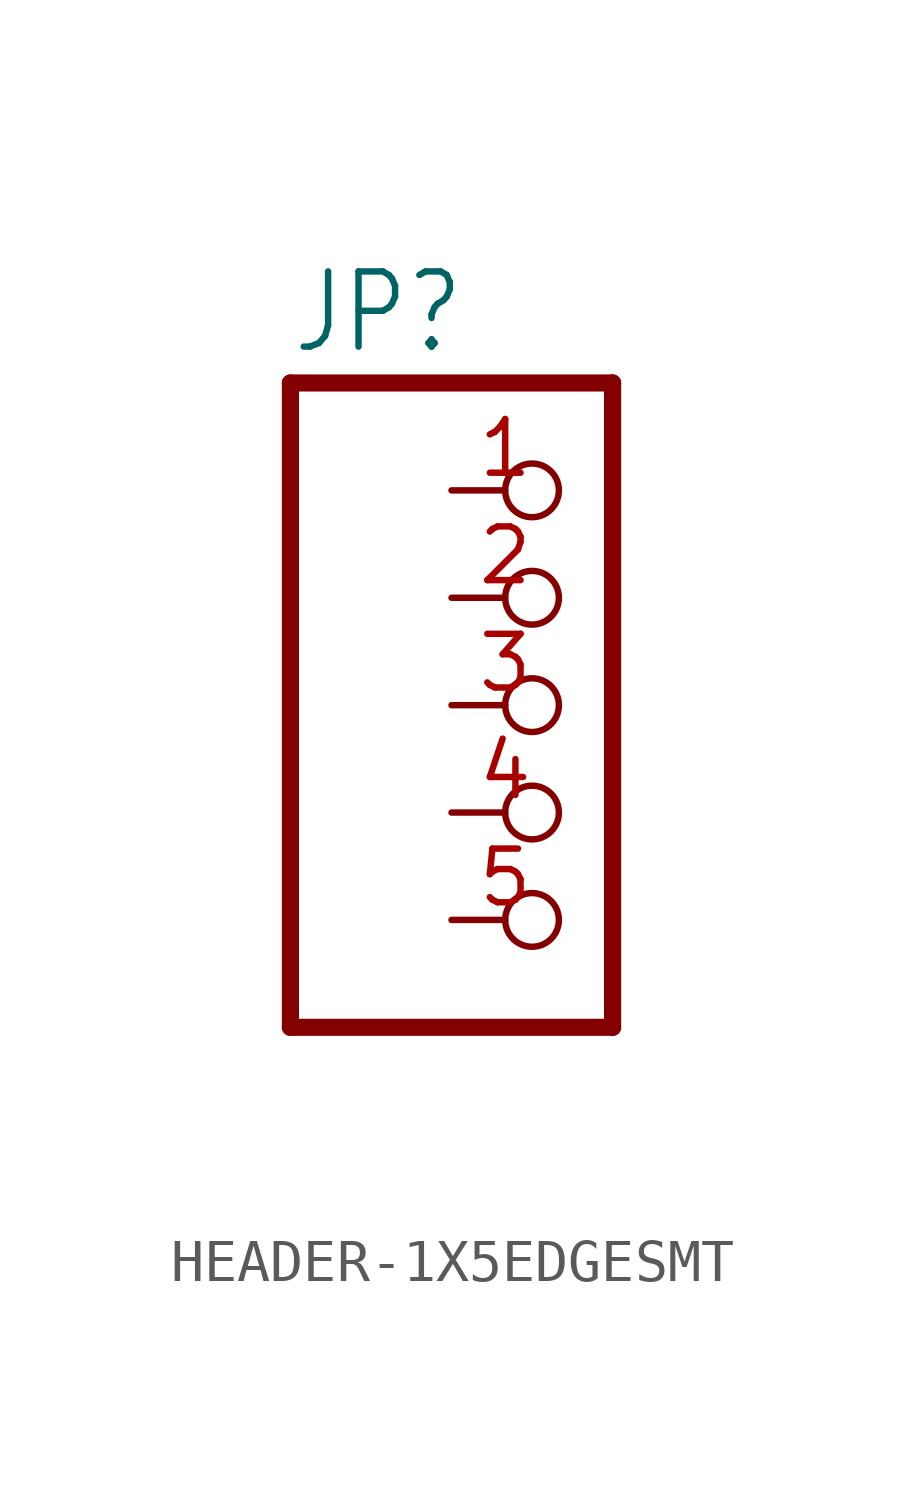
<source format=kicad_sym>
(kicad_symbol_lib
  (version 20220914)
  (generator kicad_symbol_editor)
  (symbol "HEADER-1X5EDGESMT"
    (property "Reference" "JP"
      (at -6.35 8.255 0)
      (effects (font (size 1.778 1.511)) (justify left bottom)))
    (property "Value" ""
      (at -6.35 -10.16 0)
      (effects (font (size 1.778 1.511)) (justify left bottom)))
    (property "ki_locked" ""
      (at 0 0 0)
      (effects (font (size 1.27 1.27))))
    (symbol "HEADER-1X5EDGESMT_1_0"
      (polyline (pts (xy -6.35 -7.62) (xy 1.27 -7.62)) (stroke (width 0.406) (type solid)) (fill (type none)))
      (polyline (pts (xy -6.35 7.62) (xy -6.35 -7.62)) (stroke (width 0.406) (type solid)) (fill (type none)))
      (polyline (pts (xy 1.27 -7.62) (xy 1.27 7.62)) (stroke (width 0.406) (type solid)) (fill (type none)))
      (polyline (pts (xy 1.27 7.62) (xy -6.35 7.62)) (stroke (width 0.406) (type solid)) (fill (type none)))
      (pin passive inverted (at -2.54 5.08 0) (length 2.54) (name "1" (effects (font (size 0 0)))) (number "1" (effects (font (size 1.27 1.27)))))
      (pin passive inverted (at -2.54 2.54 0) (length 2.54) (name "2" (effects (font (size 0 0)))) (number "2" (effects (font (size 1.27 1.27)))))
      (pin passive inverted (at -2.54 0 0) (length 2.54) (name "3" (effects (font (size 0 0)))) (number "3" (effects (font (size 1.27 1.27)))))
      (pin passive inverted (at -2.54 -2.54 0) (length 2.54) (name "4" (effects (font (size 0 0)))) (number "4" (effects (font (size 1.27 1.27)))))
      (pin passive inverted (at -2.54 -5.08 0) (length 2.54) (name "5" (effects (font (size 0 0)))) (number "5" (effects (font (size 1.27 1.27))))))))
</source>
